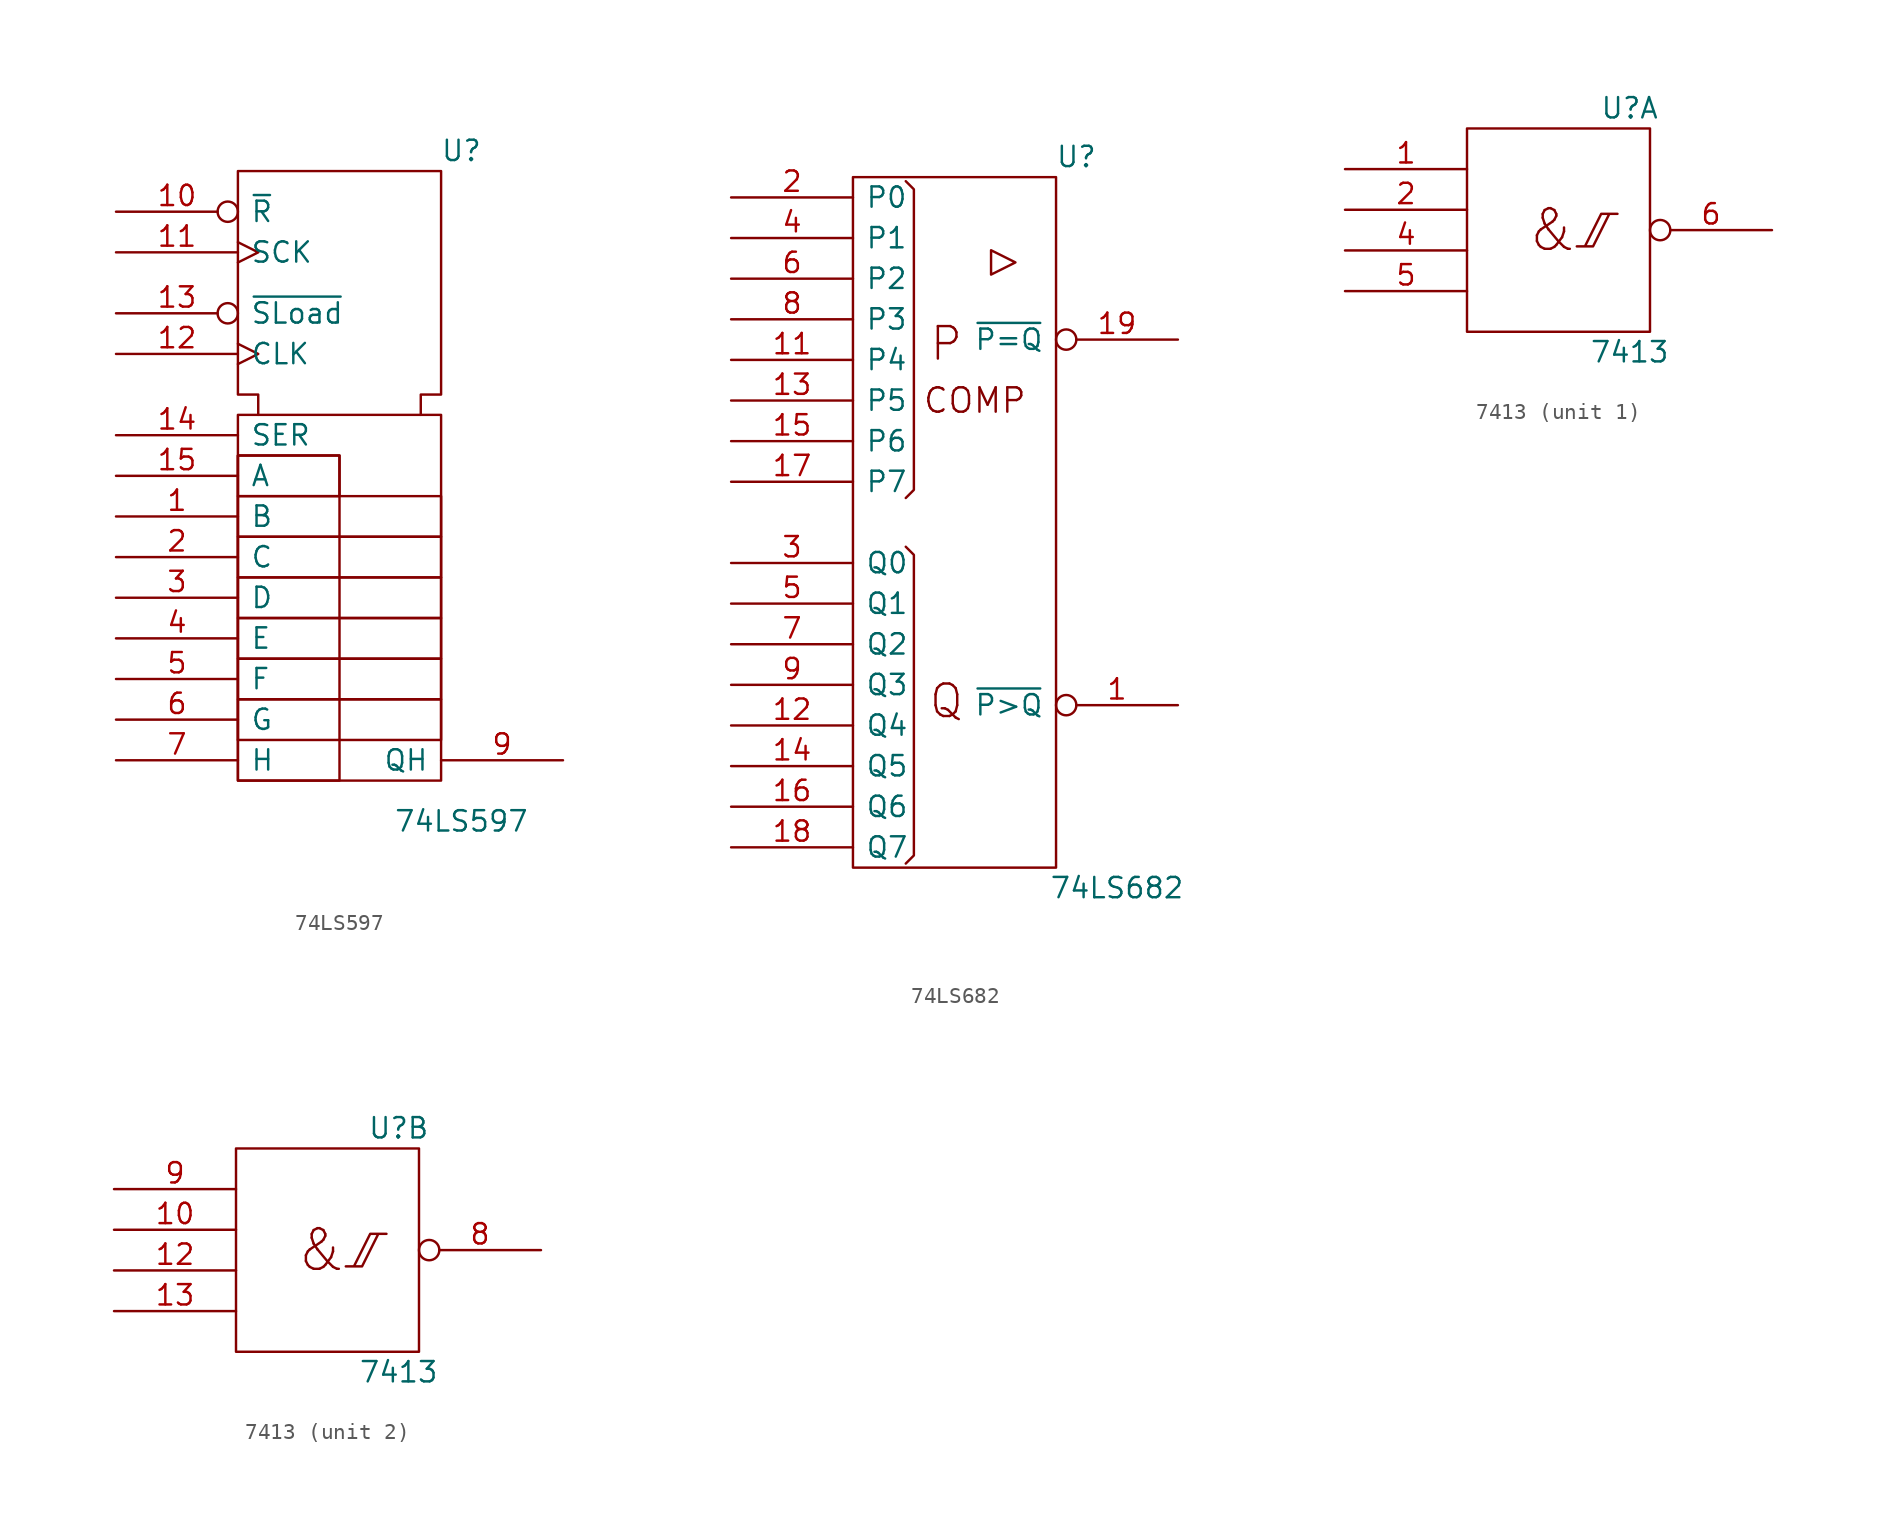
<source format=kicad_sym>
(kicad_symbol_lib
  (version 20211014)
  (generator kicad_symbol_editor)
  (symbol "74LS597"
    (pin_names
      (offset 0.762))
    (property "Reference" "U"
      (at 7.62 21.59 0)
      (effects (font (size 1.27 1.27))))
    (property "Value" "74LS597"
      (at 7.62 -20.32 0)
      (effects (font (size 1.27 1.27))))
    (symbol "74LS597_0_0"
      (rectangle (start -6.35 -15.24) (end -6.35 -15.24) (stroke (width 0) (type default) (color 0 0 0 0)) (fill (type none)))
      (rectangle (start -6.35 -12.7) (end 6.35 -15.24) (stroke (width 0) (type default) (color 0 0 0 0)) (fill (type none)))
      (rectangle (start -6.35 -10.16) (end 6.35 -12.7) (stroke (width 0) (type default) (color 0 0 0 0)) (fill (type none)))
      (rectangle (start -6.35 -7.62) (end 6.35 -10.16) (stroke (width 0) (type default) (color 0 0 0 0)) (fill (type none)))
      (rectangle (start -6.35 -5.08) (end 6.35 -7.62) (stroke (width 0) (type default) (color 0 0 0 0)) (fill (type none)))
      (rectangle (start -6.35 -2.54) (end 6.35 -5.08) (stroke (width 0) (type default) (color 0 0 0 0)) (fill (type none)))
      (rectangle (start -6.35 0) (end 6.35 -2.54) (stroke (width 0) (type default) (color 0 0 0 0)) (fill (type none)))
      (rectangle (start -6.35 2.54) (end 0 -17.78) (stroke (width 0) (type default) (color 0 0 0 0)) (fill (type none)))
      (rectangle (start -6.35 2.54) (end 0 0) (stroke (width 0) (type default) (color 0 0 0 0)) (fill (type none)))
      (rectangle (start -6.35 5.08) (end 6.35 -17.78) (stroke (width 0) (type default) (color 0 0 0 0)) (fill (type none)))
      (polyline (pts (xy -5.08 5.08) (xy -5.08 6.35) (xy -6.35 6.35) (xy -6.35 20.32) (xy 6.35 20.32) (xy 6.35 6.35) (xy 5.08 6.35) (xy 5.08 5.08) (xy 5.08 5.08)) (stroke (width 0) (type default) (color 0 0 0 0)) (fill (type none))))
    (symbol "74LS597_0_1"
      (pin power_in line (at 0 20.32 270) (length 0) hide (name "GND" (effects (font (size 1.27 1.27)))) (number "8" (effects (font (size 1.27 1.27))))))
    (symbol "74LS597_1_1"
      (pin input line (at -13.97 -1.27 0) (length 7.62) (name "B" (effects (font (size 1.27 1.27)))) (number "1" (effects (font (size 1.27 1.27)))))
      (pin input inverted (at -13.97 17.78 0) (length 7.62) (name "~{R}" (effects (font (size 1.27 1.27)))) (number "10" (effects (font (size 1.27 1.27)))))
      (pin input clock (at -13.97 15.24 0) (length 7.62) (name "SCK" (effects (font (size 1.27 1.27)))) (number "11" (effects (font (size 1.27 1.27)))))
      (pin input clock (at -13.97 8.89 0) (length 7.62) (name "CLK" (effects (font (size 1.27 1.27)))) (number "12" (effects (font (size 1.27 1.27)))))
      (pin input inverted (at -13.97 11.43 0) (length 7.62) (name "~{SLoad}" (effects (font (size 1.27 1.27)))) (number "13" (effects (font (size 1.27 1.27)))))
      (pin input line (at -13.97 3.81 0) (length 7.62) (name "SER" (effects (font (size 1.27 1.27)))) (number "14" (effects (font (size 1.27 1.27)))))
      (pin input line (at -13.97 1.27 0) (length 7.62) (name "A" (effects (font (size 1.27 1.27)))) (number "15" (effects (font (size 1.27 1.27)))))
      (pin power_in line (at 3.81 20.32 270) (length 0) hide (name "VCC" (effects (font (size 1.27 1.27)))) (number "16" (effects (font (size 1.27 1.27)))))
      (pin input line (at -13.97 -3.81 0) (length 7.62) (name "C" (effects (font (size 1.27 1.27)))) (number "2" (effects (font (size 1.27 1.27)))))
      (pin input line (at -13.97 -6.35 0) (length 7.62) (name "D" (effects (font (size 1.27 1.27)))) (number "3" (effects (font (size 1.27 1.27)))))
      (pin input line (at -13.97 -8.89 0) (length 7.62) (name "E" (effects (font (size 1.27 1.27)))) (number "4" (effects (font (size 1.27 1.27)))))
      (pin input line (at -13.97 -11.43 0) (length 7.62) (name "F" (effects (font (size 1.27 1.27)))) (number "5" (effects (font (size 1.27 1.27)))))
      (pin input line (at -13.97 -13.97 0) (length 7.62) (name "G" (effects (font (size 1.27 1.27)))) (number "6" (effects (font (size 1.27 1.27)))))
      (pin input line (at -13.97 -16.51 0) (length 7.62) (name "H" (effects (font (size 1.27 1.27)))) (number "7" (effects (font (size 1.27 1.27)))))
      (pin tri_state line (at 13.97 -16.51 180) (length 7.62) (name "QH" (effects (font (size 1.27 1.27)))) (number "9" (effects (font (size 1.27 1.27)))))))
  (symbol "74LS682"
    (pin_names
      (offset 0.762))
    (property "Reference" "U"
      (at 7.62 22.86 0)
      (effects (font (size 1.27 1.27))))
    (property "Value" "74LS682"
      (at 10.16 -22.86 0)
      (effects (font (size 1.27 1.27))))
    (symbol "74LS682_0_0"
      (polyline (pts (xy 2.286 17.018) (xy 2.286 15.494) (xy 3.81 16.256) (xy 2.286 17.018) (xy 2.286 17.018)) (stroke (width 0) (type default) (color 0 0 0 0)) (fill (type none)))
      (text "COMP" (at 1.27 7.62 0) (effects (font (size 1.524 1.524))))
      (text "P" (at -0.508 11.176 0) (effects (font (size 2.032 2.032))))
      (text "Q" (at -0.508 -11.176 0) (effects (font (size 2.032 2.032)))))
    (symbol "74LS682_0_1"
      (rectangle (start -6.35 21.59) (end 6.35 -21.59) (stroke (width 0) (type default) (color 0 0 0 0)) (fill (type none)))
      (polyline (pts (xy -3.048 -1.524) (xy -2.54 -2.032) (xy -2.54 -20.828) (xy -3.048 -21.336) (xy -3.048 -21.336)) (stroke (width 0) (type default) (color 0 0 0 0)) (fill (type none)))
      (polyline (pts (xy -3.048 21.336) (xy -2.54 20.828) (xy -2.54 2.032) (xy -3.048 1.524) (xy -3.048 1.524)) (stroke (width 0) (type default) (color 0 0 0 0)) (fill (type none)))
      (pin power_in line (at 0 -21.59 90) (length 0) hide (name "Gnd" (effects (font (size 1.27 1.27)))) (number "10" (effects (font (size 1.27 1.27))))))
    (symbol "74LS682_1_1"
      (pin output inverted (at 13.97 -11.43 180) (length 7.62) (name "~{P>Q}" (effects (font (size 1.27 1.27)))) (number "1" (effects (font (size 1.27 1.27)))))
      (pin input line (at -13.97 10.16 0) (length 7.62) (name "P4" (effects (font (size 1.27 1.27)))) (number "11" (effects (font (size 1.27 1.27)))))
      (pin input line (at -13.97 -12.7 0) (length 7.62) (name "Q4" (effects (font (size 1.27 1.27)))) (number "12" (effects (font (size 1.27 1.27)))))
      (pin input line (at -13.97 7.62 0) (length 7.62) (name "P5" (effects (font (size 1.27 1.27)))) (number "13" (effects (font (size 1.27 1.27)))))
      (pin input line (at -13.97 -15.24 0) (length 7.62) (name "Q5" (effects (font (size 1.27 1.27)))) (number "14" (effects (font (size 1.27 1.27)))))
      (pin input line (at -13.97 5.08 0) (length 7.62) (name "P6" (effects (font (size 1.27 1.27)))) (number "15" (effects (font (size 1.27 1.27)))))
      (pin input line (at -13.97 -17.78 0) (length 7.62) (name "Q6" (effects (font (size 1.27 1.27)))) (number "16" (effects (font (size 1.27 1.27)))))
      (pin input line (at -13.97 2.54 0) (length 7.62) (name "P7" (effects (font (size 1.27 1.27)))) (number "17" (effects (font (size 1.27 1.27)))))
      (pin input line (at -13.97 -20.32 0) (length 7.62) (name "Q7" (effects (font (size 1.27 1.27)))) (number "18" (effects (font (size 1.27 1.27)))))
      (pin output inverted (at 13.97 11.43 180) (length 7.62) (name "~{P=Q}" (effects (font (size 1.27 1.27)))) (number "19" (effects (font (size 1.27 1.27)))))
      (pin input line (at -13.97 20.32 0) (length 7.62) (name "P0" (effects (font (size 1.27 1.27)))) (number "2" (effects (font (size 1.27 1.27)))))
      (pin power_in line (at 0 21.59 270) (length 0) hide (name "Vcc" (effects (font (size 1.27 1.27)))) (number "20" (effects (font (size 1.27 1.27)))))
      (pin input line (at -13.97 -2.54 0) (length 7.62) (name "Q0" (effects (font (size 1.27 1.27)))) (number "3" (effects (font (size 1.27 1.27)))))
      (pin input line (at -13.97 17.78 0) (length 7.62) (name "P1" (effects (font (size 1.27 1.27)))) (number "4" (effects (font (size 1.27 1.27)))))
      (pin input line (at -13.97 -5.08 0) (length 7.62) (name "Q1" (effects (font (size 1.27 1.27)))) (number "5" (effects (font (size 1.27 1.27)))))
      (pin input line (at -13.97 15.24 0) (length 7.62) (name "P2" (effects (font (size 1.27 1.27)))) (number "6" (effects (font (size 1.27 1.27)))))
      (pin input line (at -13.97 -7.62 0) (length 7.62) (name "Q2" (effects (font (size 1.27 1.27)))) (number "7" (effects (font (size 1.27 1.27)))))
      (pin input line (at -13.97 12.7 0) (length 7.62) (name "P3" (effects (font (size 1.27 1.27)))) (number "8" (effects (font (size 1.27 1.27)))))
      (pin input line (at -13.97 -10.16 0) (length 7.62) (name "Q3" (effects (font (size 1.27 1.27)))) (number "9" (effects (font (size 1.27 1.27)))))))
  (symbol "7413"
    (pin_names
      (offset 0.762))
    (property "Reference" "U"
      (at 3.81 7.62 0)
      (effects (font (size 1.27 1.27))))
    (property "Value" "7413"
      (at 3.81 -7.62 0)
      (effects (font (size 1.27 1.27))))
    (symbol "7413_0_0"
      (polyline (pts (xy 0.508 -1.016) (xy 1.524 -1.016) (xy 2.54 1.016) (xy 3.048 1.016) (xy 2.032 1.016) (xy 1.016 -1.016) (xy 1.016 -1.016)) (stroke (width 0) (type default) (color 0 0 0 0)) (fill (type none)))
      (text "&" (at -1.016 0 0) (effects (font (size 2.54 2.54)))))
    (symbol "7413_0_1"
      (rectangle (start -6.35 6.35) (end 5.08 -6.35) (stroke (width 0) (type default) (color 0 0 0 0)) (fill (type none)))
      (pin power_in line (at 0 6.35 270) (length 0) hide (name "Vdd" (effects (font (size 1.27 1.27)))) (number "14" (effects (font (size 1.27 1.27)))))
      (pin power_in line (at 0 -6.35 90) (length 0) hide (name "Vss" (effects (font (size 1.27 1.27)))) (number "7" (effects (font (size 1.27 1.27))))))
    (symbol "7413_1_1"
      (pin input line (at -13.97 3.81 0) (length 7.62) (name "~" (effects (font (size 1.27 1.27)))) (number "1" (effects (font (size 1.27 1.27)))))
      (pin input line (at -13.97 1.27 0) (length 7.62) (name "~" (effects (font (size 1.27 1.27)))) (number "2" (effects (font (size 1.27 1.27)))))
      (pin input line (at -13.97 -1.27 0) (length 7.62) (name "~" (effects (font (size 1.27 1.27)))) (number "4" (effects (font (size 1.27 1.27)))))
      (pin input line (at -13.97 -3.81 0) (length 7.62) (name "~" (effects (font (size 1.27 1.27)))) (number "5" (effects (font (size 1.27 1.27)))))
      (pin output inverted (at 12.7 0 180) (length 7.62) (name "~" (effects (font (size 1.27 1.27)))) (number "6" (effects (font (size 1.27 1.27))))))
    (symbol "7413_2_1"
      (pin input line (at -13.97 1.27 0) (length 7.62) (name "~" (effects (font (size 1.27 1.27)))) (number "10" (effects (font (size 1.27 1.27)))))
      (pin input line (at -13.97 -1.27 0) (length 7.62) (name "~" (effects (font (size 1.27 1.27)))) (number "12" (effects (font (size 1.27 1.27)))))
      (pin input line (at -13.97 -3.81 0) (length 7.62) (name "~" (effects (font (size 1.27 1.27)))) (number "13" (effects (font (size 1.27 1.27)))))
      (pin output inverted (at 12.7 0 180) (length 7.62) (name "~" (effects (font (size 1.27 1.27)))) (number "8" (effects (font (size 1.27 1.27)))))
      (pin input line (at -13.97 3.81 0) (length 7.62) (name "~" (effects (font (size 1.27 1.27)))) (number "9" (effects (font (size 1.27 1.27))))))))
</source>
